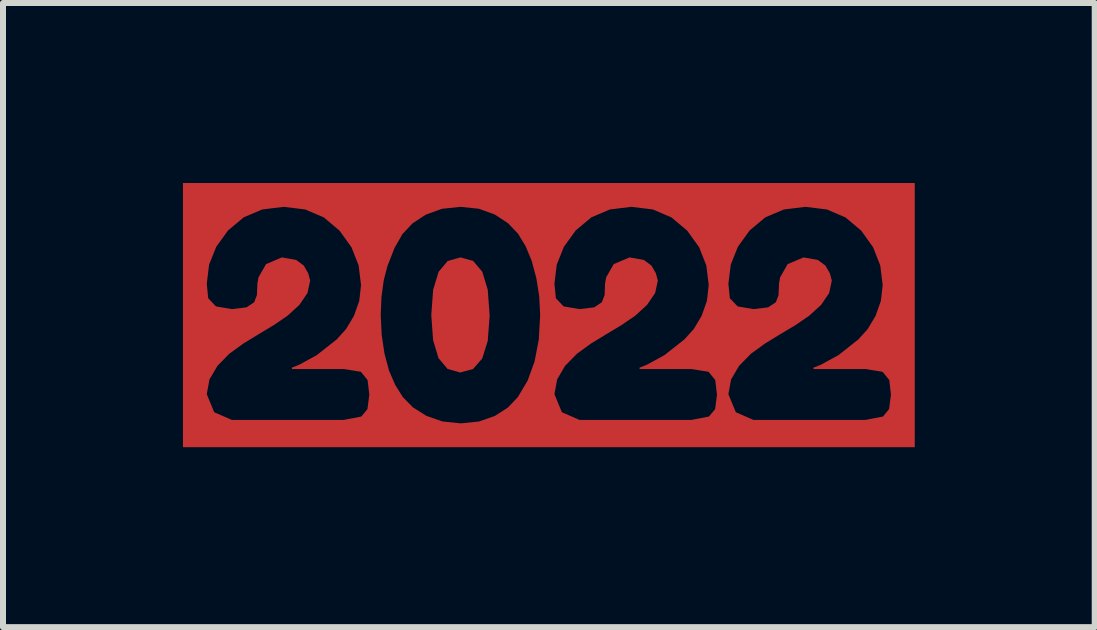
<source format=kicad_pcb>
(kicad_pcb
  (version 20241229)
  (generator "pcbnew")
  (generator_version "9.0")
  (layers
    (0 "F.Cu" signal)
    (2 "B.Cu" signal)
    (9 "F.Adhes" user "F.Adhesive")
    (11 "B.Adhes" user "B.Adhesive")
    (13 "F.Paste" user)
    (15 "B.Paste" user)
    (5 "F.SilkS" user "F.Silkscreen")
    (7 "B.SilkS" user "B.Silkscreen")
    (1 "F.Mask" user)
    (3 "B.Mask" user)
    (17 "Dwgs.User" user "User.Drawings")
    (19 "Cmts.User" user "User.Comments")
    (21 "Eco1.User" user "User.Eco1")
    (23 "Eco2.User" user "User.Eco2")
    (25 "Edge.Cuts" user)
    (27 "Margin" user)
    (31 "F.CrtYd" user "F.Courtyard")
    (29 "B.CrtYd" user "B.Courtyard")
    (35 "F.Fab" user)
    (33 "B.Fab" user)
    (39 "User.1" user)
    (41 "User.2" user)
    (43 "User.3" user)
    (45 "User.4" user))
  (footprint "kibuzzard-628A722A"
    (layer "F.Cu")
    (at 6.1 2.203)
    (property "Reference" "kibuzzard-628A722A" (at 0 -2.202 0) (layer "F.SilkS") (effects (font (size 0.001 0.001) (thickness 0.000003))))
    (attr board_only exclude_from_pos_files exclude_from_bom)
    (fp_poly (pts (xy -1.479 0.957) (xy -1.264 0.899) (xy -1.111 0.724) (xy -1.019 0.432) (xy -0.988 0.024) (xy -0.988 -0.005) (xy -1.019 -0.424) (xy -1.11 -0.723) (xy -1.261 -0.902) (xy -1.474 -0.962) (xy -1.687 -0.902) (xy -1.838 -0.722) (xy -1.929 -0.422) (xy -1.96 -0.002) (xy -1.93 0.417) (xy -1.84 0.717) (xy -1.689 0.897) (xy -1.479 0.957)) (stroke (width 0) (type solid)) (fill yes) (layer "F.Cu"))
    (fp_poly (pts (xy -5.703 -2.202) (xy -5.348 -1.412) (xy -5.087 -1.63) (xy -4.778 -1.761) (xy -4.42 -1.805) (xy -4.061 -1.761) (xy -3.751 -1.628) (xy -3.489 -1.407) (xy -3.29 -1.13) (xy -3.171 -0.827) (xy -3.131 -0.5) (xy -3.161 -0.236) (xy -3.25 0.014) (xy -3.381 0.233) (xy -3.536 0.405) (xy -3.87 0.668) (xy -4.165 0.829) (xy -4.284 0.876) (xy -4.284 0.9) (xy -3.412 0.9) (xy -3.134 0.945) (xy -3.022 1.083) (xy -2.993 1.326) (xy -2.562 1.163) (xy -2.665 0.924) (xy -2.741 0.639) (xy -2.787 0.329) (xy -2.803 -0.005) (xy -2.79 -0.307) (xy -2.753 -0.578) (xy -2.691 -0.819) (xy -2.572 -1.121) (xy -2.441 -1.35) (xy -2.275 -1.528) (xy -2.053 -1.674) (xy -1.783 -1.772) (xy -1.474 -1.805) (xy -1.166 -1.773) (xy -0.9 -1.676) (xy -0.681 -1.532) (xy -0.514 -1.357) (xy -0.388 -1.15) (xy -0.288 -0.91) (xy -0.209 -0.618) (xy -0.161 -0.315) (xy -0.145 0) (xy -0.168 0.409) (xy -0.238 0.773) (xy -0.354 1.092) (xy 0.138 1.072) (xy 0.271 0.845) (xy 0.469 0.644) (xy 0.702 0.474) (xy 0.955 0.32) (xy 1.207 0.169) (xy 1.441 0.009) (xy 1.638 -0.171) (xy 1.772 -0.368) (xy 1.817 -0.576) (xy 1.784 -0.698) (xy 1.71 -0.826) (xy 1.584 -0.919) (xy 1.345 -0.962) (xy 1.081 -0.85) (xy 0.955 -0.629) (xy 0.936 -0.519) (xy 0.936 -0.491) (xy 0.929 -0.333) (xy 0.883 -0.214) (xy 0.755 -0.129) (xy 0.512 -0.1) (xy 0.246 -0.145) (xy 0.117 -0.281) (xy 0.093 -0.524) (xy 0.132 -0.843) (xy 0.251 -1.139) (xy 0.448 -1.412) (xy 0.709 -1.63) (xy 1.018 -1.761) (xy 1.376 -1.805) (xy 1.735 -1.761) (xy 2.045 -1.628) (xy 2.307 -1.407) (xy 2.506 -1.13) (xy 2.625 -0.827) (xy 2.665 -0.5) (xy 2.635 -0.236) (xy 2.546 0.014) (xy 2.415 0.233) (xy 2.26 0.405) (xy 1.926 0.668) (xy 1.631 0.829) (xy 1.512 0.876) (xy 1.512 0.9) (xy 2.384 0.9) (xy 2.662 0.945) (xy 2.774 1.083) (xy 3.038 1.072) (xy 3.172 0.845) (xy 3.369 0.644) (xy 3.603 0.474) (xy 3.855 0.32) (xy 4.108 0.169) (xy 4.342 0.009) (xy 4.539 -0.171) (xy 4.673 -0.368) (xy 4.717 -0.576) (xy 4.684 -0.698) (xy 4.61 -0.826) (xy 4.484 -0.919) (xy 4.246 -0.962) (xy 3.981 -0.85) (xy 3.855 -0.629) (xy 3.836 -0.519) (xy 3.836 -0.491) (xy 3.829 -0.333) (xy 3.784 -0.214) (xy 3.655 -0.129) (xy 3.412 -0.1) (xy 3.147 -0.145) (xy 3.017 -0.281) (xy 2.993 -0.524) (xy 3.033 -0.843) (xy 3.151 -1.139) (xy 3.348 -1.412) (xy 3.609 -1.63) (xy 3.918 -1.761) (xy 4.277 -1.805) (xy 4.635 -1.761) (xy 4.946 -1.628) (xy 5.208 -1.407) (xy 5.406 -1.13) (xy 5.525 -0.827) (xy 5.565 -0.5) (xy 5.535 -0.236) (xy 5.446 0.014) (xy 5.315 0.233) (xy 5.16 0.405) (xy 4.827 0.668) (xy 4.532 0.829) (xy 4.412 0.876) (xy 4.412 0.9) (xy 5.284 0.9) (xy 5.563 0.945) (xy 5.675 1.083) (xy 5.703 1.326) (xy 5.672 1.567) (xy 5.57 1.691) (xy 5.274 1.748) (xy 3.412 1.748) (xy 3.117 1.619) (xy 2.993 1.319) (xy 3.038 1.072) (xy 2.774 1.083) (xy 2.803 1.326) (xy 2.772 1.567) (xy 2.669 1.691) (xy 2.374 1.748) (xy 0.512 1.748) (xy 0.217 1.619) (xy 0.093 1.319) (xy 0.138 1.072) (xy -0.354 1.092) (xy -0.517 1.367) (xy -0.682 1.541) (xy -0.9 1.681) (xy -1.165 1.774) (xy -1.469 1.805) (xy -1.775 1.773) (xy -2.043 1.679) (xy -2.266 1.538) (xy -2.434 1.367) (xy -2.562 1.163) (xy -2.993 1.326) (xy -3.024 1.567) (xy -3.127 1.691) (xy -3.422 1.748) (xy -5.284 1.748) (xy -5.579 1.619) (xy -5.703 1.319) (xy -5.658 1.072) (xy -5.524 0.845) (xy -5.327 0.644) (xy -5.093 0.474) (xy -4.841 0.32) (xy -4.589 0.169) (xy -4.355 0.009) (xy -4.158 -0.171) (xy -4.024 -0.368) (xy -3.979 -0.576) (xy -4.012 -0.698) (xy -4.086 -0.826) (xy -4.212 -0.919) (xy -4.451 -0.962) (xy -4.715 -0.85) (xy -4.841 -0.629) (xy -4.86 -0.519) (xy -4.86 -0.491) (xy -4.867 -0.333) (xy -4.913 -0.214) (xy -5.041 -0.129) (xy -5.284 -0.1) (xy -5.55 -0.145) (xy -5.679 -0.281) (xy -5.703 -0.524) (xy -5.664 -0.843) (xy -5.545 -1.139) (xy -5.348 -1.412) (xy -5.703 -2.202) (xy -6.1 -2.202) (xy -6.1 2.202) (xy -5.703 2.202) (xy 5.703 2.202) (xy 6.1 2.202) (xy 6.1 -2.202) (xy 5.703 -2.202) (xy -5.703 -2.202)) (stroke (width 0) (type solid)) (fill yes) (layer "F.Cu")))
  (gr_rect
    (start -3 -3)
    (end 15.2 7.405)
    (stroke (width 0.1) (type default))
    (fill no)
    (layer "Edge.Cuts")))
</source>
